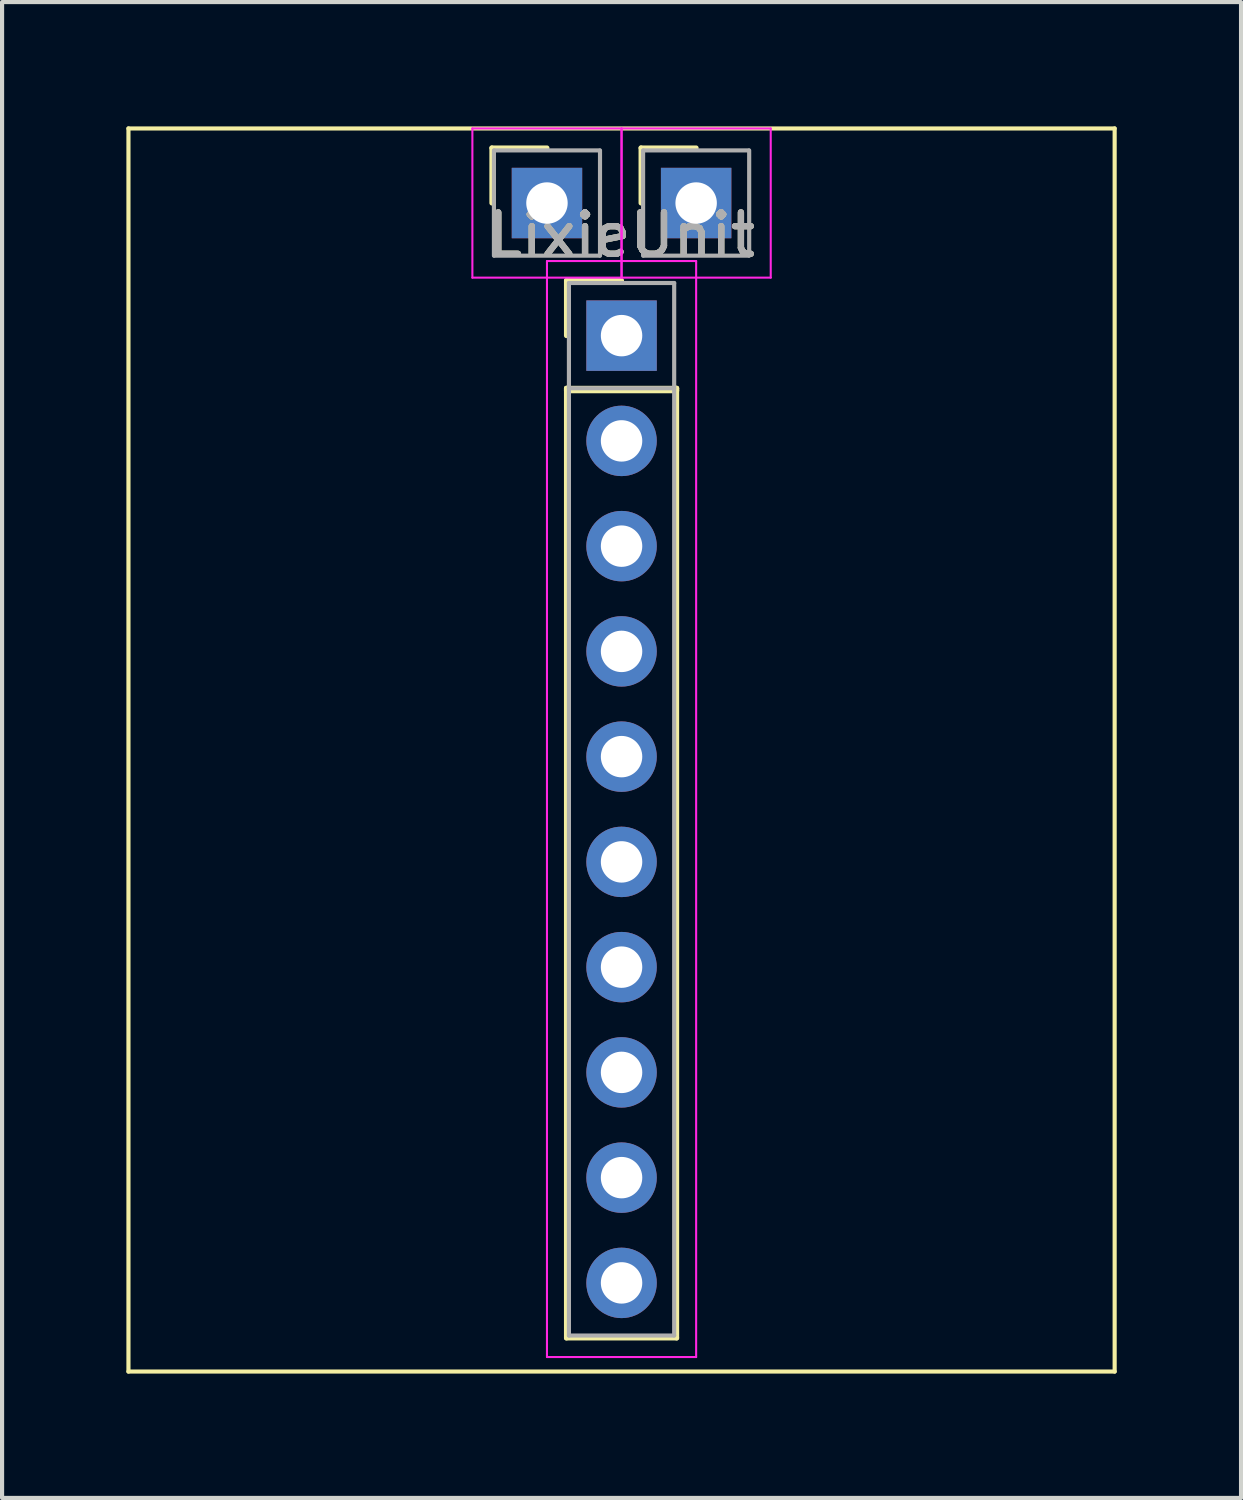
<source format=kicad_pcb>
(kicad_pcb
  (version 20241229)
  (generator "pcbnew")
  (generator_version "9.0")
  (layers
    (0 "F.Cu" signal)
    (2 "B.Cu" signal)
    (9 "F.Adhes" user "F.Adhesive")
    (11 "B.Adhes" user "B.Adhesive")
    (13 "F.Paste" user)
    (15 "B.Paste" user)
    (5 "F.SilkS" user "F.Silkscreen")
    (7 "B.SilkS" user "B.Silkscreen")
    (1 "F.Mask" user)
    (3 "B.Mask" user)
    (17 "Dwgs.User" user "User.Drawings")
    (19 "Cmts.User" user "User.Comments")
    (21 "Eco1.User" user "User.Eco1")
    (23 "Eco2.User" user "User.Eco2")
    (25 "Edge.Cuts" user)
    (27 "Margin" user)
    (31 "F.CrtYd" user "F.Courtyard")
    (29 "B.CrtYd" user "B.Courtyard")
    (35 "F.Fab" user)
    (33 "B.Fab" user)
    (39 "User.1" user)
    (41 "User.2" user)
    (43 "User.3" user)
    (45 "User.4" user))
  (footprint "LixieUnit"
    (layer "F.Cu")
    (at 11.95 5.45)
    (property "Reference" "LixieUnit" (at 0 -2.83 0) (layer "F.SilkS") (effects (font (size 1 1) (thickness 0.15))))
    (attr through_hole)
    (fp_line (start -11.9 -5.4) (end -11.9 24.6) (stroke (width 0.1) (type solid)) (layer "F.SilkS"))
    (fp_line (start -3.13 -4.93) (end -1.8 -4.93) (stroke (width 0.12) (type solid)) (layer "F.SilkS"))
    (fp_line (start -3.13 -3.6) (end -3.13 -4.93) (stroke (width 0.12) (type solid)) (layer "F.SilkS"))
    (fp_line (start -1.33 -1.73) (end 0 -1.73) (stroke (width 0.12) (type solid)) (layer "F.SilkS"))
    (fp_line (start -1.33 -0.4) (end -1.33 -1.73) (stroke (width 0.12) (type solid)) (layer "F.SilkS"))
    (fp_line (start -1.33 0.87) (end -1.33 0.93) (stroke (width 0.12) (type solid)) (layer "F.SilkS"))
    (fp_line (start -1.33 0.87) (end -1.33 23.79) (stroke (width 0.12) (type solid)) (layer "F.SilkS"))
    (fp_line (start -1.33 0.93) (end 1.33 0.93) (stroke (width 0.12) (type solid)) (layer "F.SilkS"))
    (fp_line (start -1.33 23.79) (end 1.33 23.79) (stroke (width 0.12) (type solid)) (layer "F.SilkS"))
    (fp_line (start 0.47 -4.93) (end 1.8 -4.93) (stroke (width 0.12) (type solid)) (layer "F.SilkS"))
    (fp_line (start 0.47 -3.6) (end 0.47 -4.93) (stroke (width 0.12) (type solid)) (layer "F.SilkS"))
    (fp_line (start 1.33 0.87) (end -1.33 0.87) (stroke (width 0.12) (type solid)) (layer "F.SilkS"))
    (fp_line (start 1.33 0.93) (end 1.33 0.87) (stroke (width 0.12) (type solid)) (layer "F.SilkS"))
    (fp_line (start 1.33 23.79) (end 1.33 0.87) (stroke (width 0.12) (type solid)) (layer "F.SilkS"))
    (fp_line (start 11.9 -5.4) (end -11.9 -5.4) (stroke (width 0.1) (type solid)) (layer "F.SilkS"))
    (fp_line (start 11.9 -5.4) (end 11.9 24.6) (stroke (width 0.1) (type solid)) (layer "F.SilkS"))
    (fp_line (start 11.9 24.6) (end -11.9 24.6) (stroke (width 0.1) (type solid)) (layer "F.SilkS"))
    (fp_line (start -3.6 -5.4) (end -3.6 -1.8) (stroke (width 0.05) (type solid)) (layer "F.CrtYd"))
    (fp_line (start -3.6 -1.8) (end 0 -1.8) (stroke (width 0.05) (type solid)) (layer "F.CrtYd"))
    (fp_line (start -1.8 -2.2) (end -1.8 24.25) (stroke (width 0.05) (type solid)) (layer "F.CrtYd"))
    (fp_line (start -1.8 24.25) (end 1.8 24.25) (stroke (width 0.05) (type solid)) (layer "F.CrtYd"))
    (fp_line (start 0 -5.4) (end -3.6 -5.4) (stroke (width 0.05) (type solid)) (layer "F.CrtYd"))
    (fp_line (start 0 -5.4) (end 0 -1.8) (stroke (width 0.05) (type solid)) (layer "F.CrtYd"))
    (fp_line (start 0 -1.8) (end 0 -5.4) (stroke (width 0.05) (type solid)) (layer "F.CrtYd"))
    (fp_line (start 0 -1.8) (end 3.6 -1.8) (stroke (width 0.05) (type solid)) (layer "F.CrtYd"))
    (fp_line (start 1.8 -2.2) (end -1.8 -2.2) (stroke (width 0.05) (type solid)) (layer "F.CrtYd"))
    (fp_line (start 1.8 24.25) (end 1.8 -2.2) (stroke (width 0.05) (type solid)) (layer "F.CrtYd"))
    (fp_line (start 3.6 -5.4) (end 0 -5.4) (stroke (width 0.05) (type solid)) (layer "F.CrtYd"))
    (fp_line (start 3.6 -1.8) (end 3.6 -5.4) (stroke (width 0.05) (type solid)) (layer "F.CrtYd"))
    (fp_line (start -3.08 -2.33) (end -3.08 -4.87) (stroke (width 0.1) (type solid)) (layer "F.Fab"))
    (fp_line (start -3.07 -2.33) (end -0.53 -2.33) (stroke (width 0.1) (type solid)) (layer "F.Fab"))
    (fp_line (start -1.27 -1.67) (end -1.27 23.73) (stroke (width 0.1) (type solid)) (layer "F.Fab"))
    (fp_line (start -1.27 0.87) (end 1.27 0.87) (stroke (width 0.1) (type solid)) (layer "F.Fab"))
    (fp_line (start -1.27 23.73) (end 1.27 23.73) (stroke (width 0.1) (type solid)) (layer "F.Fab"))
    (fp_line (start -0.53 -4.87) (end -3.07 -4.87) (stroke (width 0.1) (type solid)) (layer "F.Fab"))
    (fp_line (start -0.52 -4.87) (end -0.52 -2.33) (stroke (width 0.1) (type solid)) (layer "F.Fab"))
    (fp_line (start 0.52 -2.33) (end 0.52 -4.87) (stroke (width 0.1) (type solid)) (layer "F.Fab"))
    (fp_line (start 0.53 -2.33) (end 3.07 -2.33) (stroke (width 0.1) (type solid)) (layer "F.Fab"))
    (fp_line (start 1.27 -1.67) (end -1.27 -1.67) (stroke (width 0.1) (type solid)) (layer "F.Fab"))
    (fp_line (start 1.27 23.73) (end 1.27 -1.67) (stroke (width 0.1) (type solid)) (layer "F.Fab"))
    (fp_line (start 3.07 -4.87) (end 0.53 -4.87) (stroke (width 0.1) (type solid)) (layer "F.Fab"))
    (fp_line (start 3.08 -4.87) (end 3.08 -2.33) (stroke (width 0.1) (type solid)) (layer "F.Fab"))
    (fp_text user "${REFERENCE}" (at 0 -2.83 0) (layer "F.Fab") (effects (font (size 1 1) (thickness 0.15))))
    (fp_text user "${REFERENCE}" (at 0 -2.83 0) (layer "F.Fab") (effects (font (size 1 1) (thickness 0.15))))
    (pad "1" thru_hole rect (at 1.8 -3.6) (size 1.7 1.7) (drill 1) (layers "*.Cu" "*.Mask"))
    (pad "2" thru_hole rect (at -1.8 -3.6) (size 1.7 1.7) (drill 1) (layers "*.Cu" "*.Mask"))
    (pad "3" thru_hole rect (at 0 -0.4) (size 1.7 1.7) (drill 1) (layers "*.Cu" "*.Mask"))
    (pad "4" thru_hole oval (at 0 2.14) (size 1.7 1.7) (drill 1) (layers "*.Cu" "*.Mask"))
    (pad "5" thru_hole oval (at 0 4.68) (size 1.7 1.7) (drill 1) (layers "*.Cu" "*.Mask"))
    (pad "6" thru_hole oval (at 0 7.22) (size 1.7 1.7) (drill 1) (layers "*.Cu" "*.Mask"))
    (pad "7" thru_hole oval (at 0 9.76) (size 1.7 1.7) (drill 1) (layers "*.Cu" "*.Mask"))
    (pad "8" thru_hole oval (at 0 12.3) (size 1.7 1.7) (drill 1) (layers "*.Cu" "*.Mask"))
    (pad "9" thru_hole oval (at 0 14.84) (size 1.7 1.7) (drill 1) (layers "*.Cu" "*.Mask"))
    (pad "10" thru_hole oval (at 0 17.38) (size 1.7 1.7) (drill 1) (layers "*.Cu" "*.Mask"))
    (pad "11" thru_hole oval (at 0 19.92) (size 1.7 1.7) (drill 1) (layers "*.Cu" "*.Mask"))
    (pad "12" thru_hole oval (at 0 22.46) (size 1.7 1.7) (drill 1) (layers "*.Cu" "*.Mask")))
  (gr_rect
    (start -3 -3)
    (end 26.9 33.1)
    (stroke (width 0.1) (type default))
    (fill no)
    (layer "Edge.Cuts")))
</source>
